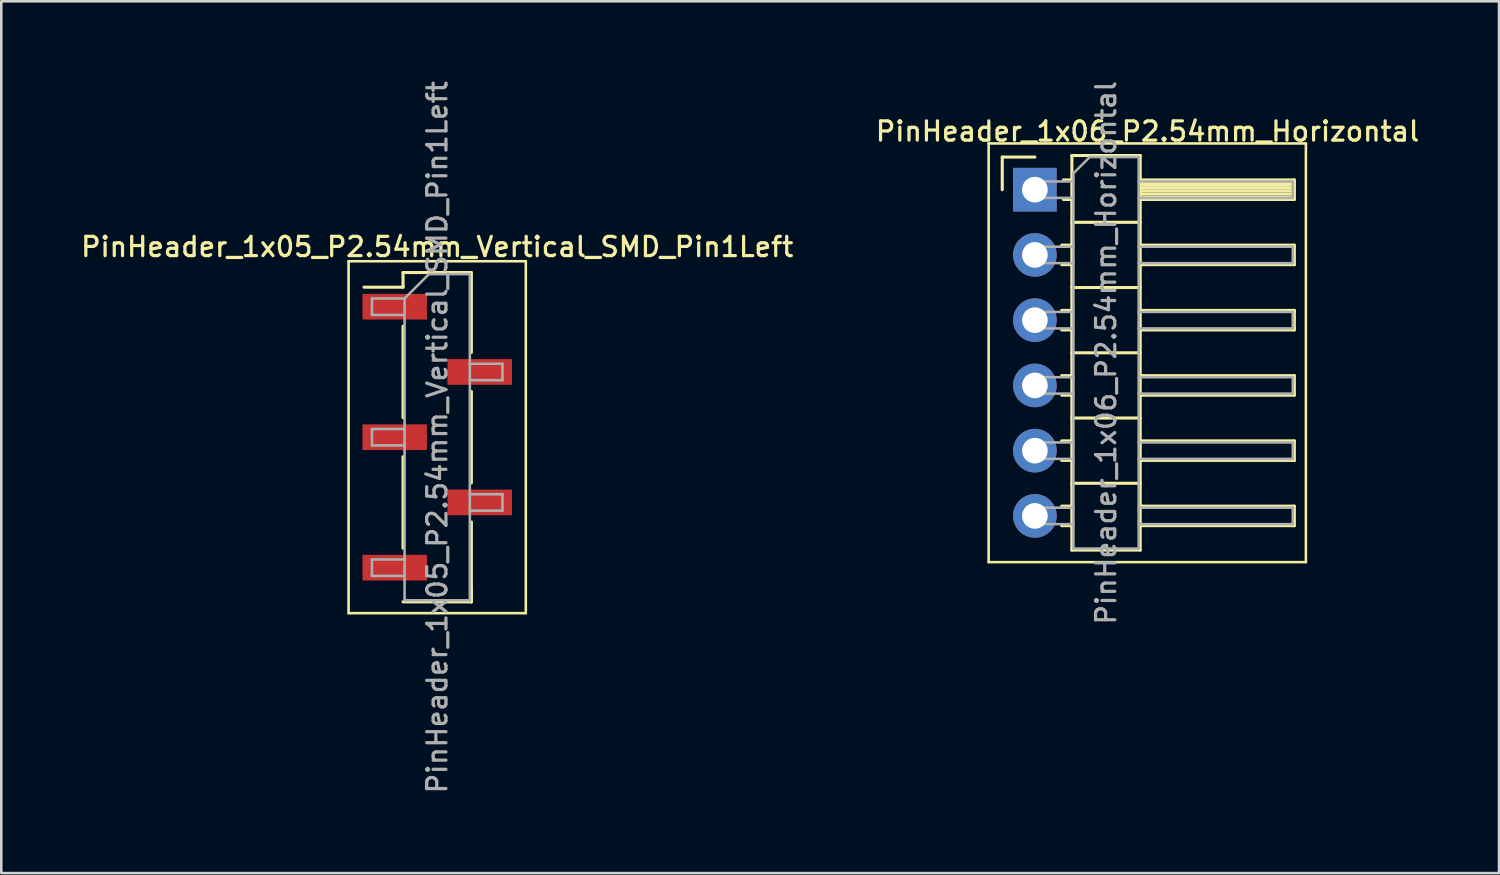
<source format=kicad_pcb>
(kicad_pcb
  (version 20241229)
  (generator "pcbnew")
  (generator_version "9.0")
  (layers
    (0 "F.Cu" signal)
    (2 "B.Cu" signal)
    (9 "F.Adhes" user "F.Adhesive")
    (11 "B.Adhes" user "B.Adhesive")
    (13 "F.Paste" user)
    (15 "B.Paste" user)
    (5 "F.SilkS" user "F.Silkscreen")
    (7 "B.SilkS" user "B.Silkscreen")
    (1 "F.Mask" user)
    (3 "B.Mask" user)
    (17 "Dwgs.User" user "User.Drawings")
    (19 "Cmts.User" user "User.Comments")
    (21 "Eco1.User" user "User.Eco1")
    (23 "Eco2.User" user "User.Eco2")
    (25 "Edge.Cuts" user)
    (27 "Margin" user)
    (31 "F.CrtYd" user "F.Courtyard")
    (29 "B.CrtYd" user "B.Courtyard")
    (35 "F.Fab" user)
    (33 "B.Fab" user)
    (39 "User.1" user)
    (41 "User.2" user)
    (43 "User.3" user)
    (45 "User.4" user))
  (footprint "PinHeader_1x06_P2.54mm_Horizontal"
    (layer "F.Cu")
    (at 37.238 4.334)
    (property "Reference" "PinHeader_1x06_P2.54mm_Horizontal" (at 4.385 -2.27 0) (layer "F.SilkS") (effects (font (size 0.75 0.75) (thickness 0.125))))
    (attr through_hole)
    (fp_line (start -1.8 -1.8) (end -1.8 14.5) (stroke (width 0.1) (type solid)) (layer "F.SilkS"))
    (fp_line (start -1.8 14.5) (end 10.55 14.5) (stroke (width 0.1) (type solid)) (layer "F.SilkS"))
    (fp_line (start -1.27 -1.27) (end 0 -1.27) (stroke (width 0.12) (type solid)) (layer "F.SilkS"))
    (fp_line (start -1.27 0) (end -1.27 -1.27) (stroke (width 0.12) (type solid)) (layer "F.SilkS"))
    (fp_line (start 1.043 2.16) (end 1.44 2.16) (stroke (width 0.12) (type solid)) (layer "F.SilkS"))
    (fp_line (start 1.043 2.92) (end 1.44 2.92) (stroke (width 0.12) (type solid)) (layer "F.SilkS"))
    (fp_line (start 1.043 4.7) (end 1.44 4.7) (stroke (width 0.12) (type solid)) (layer "F.SilkS"))
    (fp_line (start 1.043 5.46) (end 1.44 5.46) (stroke (width 0.12) (type solid)) (layer "F.SilkS"))
    (fp_line (start 1.043 7.24) (end 1.44 7.24) (stroke (width 0.12) (type solid)) (layer "F.SilkS"))
    (fp_line (start 1.043 8) (end 1.44 8) (stroke (width 0.12) (type solid)) (layer "F.SilkS"))
    (fp_line (start 1.043 9.78) (end 1.44 9.78) (stroke (width 0.12) (type solid)) (layer "F.SilkS"))
    (fp_line (start 1.043 10.54) (end 1.44 10.54) (stroke (width 0.12) (type solid)) (layer "F.SilkS"))
    (fp_line (start 1.043 12.32) (end 1.44 12.32) (stroke (width 0.12) (type solid)) (layer "F.SilkS"))
    (fp_line (start 1.043 13.08) (end 1.44 13.08) (stroke (width 0.12) (type solid)) (layer "F.SilkS"))
    (fp_line (start 1.11 -0.38) (end 1.44 -0.38) (stroke (width 0.12) (type solid)) (layer "F.SilkS"))
    (fp_line (start 1.11 0.38) (end 1.44 0.38) (stroke (width 0.12) (type solid)) (layer "F.SilkS"))
    (fp_line (start 1.44 -1.33) (end 1.44 14.03) (stroke (width 0.12) (type solid)) (layer "F.SilkS"))
    (fp_line (start 1.44 1.27) (end 4.1 1.27) (stroke (width 0.12) (type solid)) (layer "F.SilkS"))
    (fp_line (start 1.44 3.81) (end 4.1 3.81) (stroke (width 0.12) (type solid)) (layer "F.SilkS"))
    (fp_line (start 1.44 6.35) (end 4.1 6.35) (stroke (width 0.12) (type solid)) (layer "F.SilkS"))
    (fp_line (start 1.44 8.89) (end 4.1 8.89) (stroke (width 0.12) (type solid)) (layer "F.SilkS"))
    (fp_line (start 1.44 11.43) (end 4.1 11.43) (stroke (width 0.12) (type solid)) (layer "F.SilkS"))
    (fp_line (start 1.44 14.03) (end 4.1 14.03) (stroke (width 0.12) (type solid)) (layer "F.SilkS"))
    (fp_line (start 4.1 -1.33) (end 1.44 -1.33) (stroke (width 0.12) (type solid)) (layer "F.SilkS"))
    (fp_line (start 4.1 -0.38) (end 10.1 -0.38) (stroke (width 0.12) (type solid)) (layer "F.SilkS"))
    (fp_line (start 4.1 -0.32) (end 10.1 -0.32) (stroke (width 0.12) (type solid)) (layer "F.SilkS"))
    (fp_line (start 4.1 -0.2) (end 10.1 -0.2) (stroke (width 0.12) (type solid)) (layer "F.SilkS"))
    (fp_line (start 4.1 -0.08) (end 10.1 -0.08) (stroke (width 0.12) (type solid)) (layer "F.SilkS"))
    (fp_line (start 4.1 0.04) (end 10.1 0.04) (stroke (width 0.12) (type solid)) (layer "F.SilkS"))
    (fp_line (start 4.1 0.16) (end 10.1 0.16) (stroke (width 0.12) (type solid)) (layer "F.SilkS"))
    (fp_line (start 4.1 0.28) (end 10.1 0.28) (stroke (width 0.12) (type solid)) (layer "F.SilkS"))
    (fp_line (start 4.1 2.16) (end 10.1 2.16) (stroke (width 0.12) (type solid)) (layer "F.SilkS"))
    (fp_line (start 4.1 4.7) (end 10.1 4.7) (stroke (width 0.12) (type solid)) (layer "F.SilkS"))
    (fp_line (start 4.1 7.24) (end 10.1 7.24) (stroke (width 0.12) (type solid)) (layer "F.SilkS"))
    (fp_line (start 4.1 9.78) (end 10.1 9.78) (stroke (width 0.12) (type solid)) (layer "F.SilkS"))
    (fp_line (start 4.1 12.32) (end 10.1 12.32) (stroke (width 0.12) (type solid)) (layer "F.SilkS"))
    (fp_line (start 4.1 14.03) (end 4.1 -1.33) (stroke (width 0.12) (type solid)) (layer "F.SilkS"))
    (fp_line (start 10.1 -0.38) (end 10.1 0.38) (stroke (width 0.12) (type solid)) (layer "F.SilkS"))
    (fp_line (start 10.1 0.38) (end 4.1 0.38) (stroke (width 0.12) (type solid)) (layer "F.SilkS"))
    (fp_line (start 10.1 2.16) (end 10.1 2.92) (stroke (width 0.12) (type solid)) (layer "F.SilkS"))
    (fp_line (start 10.1 2.92) (end 4.1 2.92) (stroke (width 0.12) (type solid)) (layer "F.SilkS"))
    (fp_line (start 10.1 4.7) (end 10.1 5.46) (stroke (width 0.12) (type solid)) (layer "F.SilkS"))
    (fp_line (start 10.1 5.46) (end 4.1 5.46) (stroke (width 0.12) (type solid)) (layer "F.SilkS"))
    (fp_line (start 10.1 7.24) (end 10.1 8) (stroke (width 0.12) (type solid)) (layer "F.SilkS"))
    (fp_line (start 10.1 8) (end 4.1 8) (stroke (width 0.12) (type solid)) (layer "F.SilkS"))
    (fp_line (start 10.1 9.78) (end 10.1 10.54) (stroke (width 0.12) (type solid)) (layer "F.SilkS"))
    (fp_line (start 10.1 10.54) (end 4.1 10.54) (stroke (width 0.12) (type solid)) (layer "F.SilkS"))
    (fp_line (start 10.1 12.32) (end 10.1 13.08) (stroke (width 0.12) (type solid)) (layer "F.SilkS"))
    (fp_line (start 10.1 13.08) (end 4.1 13.08) (stroke (width 0.12) (type solid)) (layer "F.SilkS"))
    (fp_line (start 10.55 -1.8) (end -1.8 -1.8) (stroke (width 0.1) (type solid)) (layer "F.SilkS"))
    (fp_line (start 10.55 14.5) (end 10.55 -1.8) (stroke (width 0.1) (type solid)) (layer "F.SilkS"))
    (fp_line (start -0.32 -0.32) (end -0.32 0.32) (stroke (width 0.1) (type solid)) (layer "F.Fab"))
    (fp_line (start -0.32 -0.32) (end 1.5 -0.32) (stroke (width 0.1) (type solid)) (layer "F.Fab"))
    (fp_line (start -0.32 0.32) (end 1.5 0.32) (stroke (width 0.1) (type solid)) (layer "F.Fab"))
    (fp_line (start -0.32 2.22) (end -0.32 2.86) (stroke (width 0.1) (type solid)) (layer "F.Fab"))
    (fp_line (start -0.32 2.22) (end 1.5 2.22) (stroke (width 0.1) (type solid)) (layer "F.Fab"))
    (fp_line (start -0.32 2.86) (end 1.5 2.86) (stroke (width 0.1) (type solid)) (layer "F.Fab"))
    (fp_line (start -0.32 4.76) (end -0.32 5.4) (stroke (width 0.1) (type solid)) (layer "F.Fab"))
    (fp_line (start -0.32 4.76) (end 1.5 4.76) (stroke (width 0.1) (type solid)) (layer "F.Fab"))
    (fp_line (start -0.32 5.4) (end 1.5 5.4) (stroke (width 0.1) (type solid)) (layer "F.Fab"))
    (fp_line (start -0.32 7.3) (end -0.32 7.94) (stroke (width 0.1) (type solid)) (layer "F.Fab"))
    (fp_line (start -0.32 7.3) (end 1.5 7.3) (stroke (width 0.1) (type solid)) (layer "F.Fab"))
    (fp_line (start -0.32 7.94) (end 1.5 7.94) (stroke (width 0.1) (type solid)) (layer "F.Fab"))
    (fp_line (start -0.32 9.84) (end -0.32 10.48) (stroke (width 0.1) (type solid)) (layer "F.Fab"))
    (fp_line (start -0.32 9.84) (end 1.5 9.84) (stroke (width 0.1) (type solid)) (layer "F.Fab"))
    (fp_line (start -0.32 10.48) (end 1.5 10.48) (stroke (width 0.1) (type solid)) (layer "F.Fab"))
    (fp_line (start -0.32 12.38) (end -0.32 13.02) (stroke (width 0.1) (type solid)) (layer "F.Fab"))
    (fp_line (start -0.32 12.38) (end 1.5 12.38) (stroke (width 0.1) (type solid)) (layer "F.Fab"))
    (fp_line (start -0.32 13.02) (end 1.5 13.02) (stroke (width 0.1) (type solid)) (layer "F.Fab"))
    (fp_line (start 1.5 -0.635) (end 2.135 -1.27) (stroke (width 0.1) (type solid)) (layer "F.Fab"))
    (fp_line (start 1.5 13.97) (end 1.5 -0.635) (stroke (width 0.1) (type solid)) (layer "F.Fab"))
    (fp_line (start 2.135 -1.27) (end 4.04 -1.27) (stroke (width 0.1) (type solid)) (layer "F.Fab"))
    (fp_line (start 4.04 -1.27) (end 4.04 13.97) (stroke (width 0.1) (type solid)) (layer "F.Fab"))
    (fp_line (start 4.04 -0.32) (end 10.04 -0.32) (stroke (width 0.1) (type solid)) (layer "F.Fab"))
    (fp_line (start 4.04 0.32) (end 10.04 0.32) (stroke (width 0.1) (type solid)) (layer "F.Fab"))
    (fp_line (start 4.04 2.22) (end 10.04 2.22) (stroke (width 0.1) (type solid)) (layer "F.Fab"))
    (fp_line (start 4.04 2.86) (end 10.04 2.86) (stroke (width 0.1) (type solid)) (layer "F.Fab"))
    (fp_line (start 4.04 4.76) (end 10.04 4.76) (stroke (width 0.1) (type solid)) (layer "F.Fab"))
    (fp_line (start 4.04 5.4) (end 10.04 5.4) (stroke (width 0.1) (type solid)) (layer "F.Fab"))
    (fp_line (start 4.04 7.3) (end 10.04 7.3) (stroke (width 0.1) (type solid)) (layer "F.Fab"))
    (fp_line (start 4.04 7.94) (end 10.04 7.94) (stroke (width 0.1) (type solid)) (layer "F.Fab"))
    (fp_line (start 4.04 9.84) (end 10.04 9.84) (stroke (width 0.1) (type solid)) (layer "F.Fab"))
    (fp_line (start 4.04 10.48) (end 10.04 10.48) (stroke (width 0.1) (type solid)) (layer "F.Fab"))
    (fp_line (start 4.04 12.38) (end 10.04 12.38) (stroke (width 0.1) (type solid)) (layer "F.Fab"))
    (fp_line (start 4.04 13.02) (end 10.04 13.02) (stroke (width 0.1) (type solid)) (layer "F.Fab"))
    (fp_line (start 4.04 13.97) (end 1.5 13.97) (stroke (width 0.1) (type solid)) (layer "F.Fab"))
    (fp_line (start 10.04 -0.32) (end 10.04 0.32) (stroke (width 0.1) (type solid)) (layer "F.Fab"))
    (fp_line (start 10.04 2.22) (end 10.04 2.86) (stroke (width 0.1) (type solid)) (layer "F.Fab"))
    (fp_line (start 10.04 4.76) (end 10.04 5.4) (stroke (width 0.1) (type solid)) (layer "F.Fab"))
    (fp_line (start 10.04 7.3) (end 10.04 7.94) (stroke (width 0.1) (type solid)) (layer "F.Fab"))
    (fp_line (start 10.04 9.84) (end 10.04 10.48) (stroke (width 0.1) (type solid)) (layer "F.Fab"))
    (fp_line (start 10.04 12.38) (end 10.04 13.02) (stroke (width 0.1) (type solid)) (layer "F.Fab"))
    (fp_text user "${REFERENCE}" (at 2.77 6.35 90) (layer "F.Fab") (effects (font (size 0.75 0.75) (thickness 0.125))))
    (pad "1" thru_hole rect (at 0 0) (size 1.7 1.7) (drill 1) (layers "*.Cu" "*.Mask"))
    (pad "2" thru_hole oval (at 0 2.54) (size 1.7 1.7) (drill 1) (layers "*.Cu" "*.Mask"))
    (pad "3" thru_hole oval (at 0 5.08) (size 1.7 1.7) (drill 1) (layers "*.Cu" "*.Mask"))
    (pad "4" thru_hole oval (at 0 7.62) (size 1.7 1.7) (drill 1) (layers "*.Cu" "*.Mask"))
    (pad "5" thru_hole oval (at 0 10.16) (size 1.7 1.7) (drill 1) (layers "*.Cu" "*.Mask"))
    (pad "6" thru_hole oval (at 0 12.7) (size 1.7 1.7) (drill 1) (layers "*.Cu" "*.Mask")))
  (footprint "PinHeader_1x05_P2.54mm_Vertical_SMD_Pin1Left"
    (layer "F.Cu")
    (at 13.97 13.97)
    (property "Reference" "PinHeader_1x05_P2.54mm_Vertical_SMD_Pin1Left" (at 0 -7.41 0) (layer "F.SilkS") (effects (font (size 0.75 0.75) (thickness 0.125))))
    (attr smd)
    (fp_line (start -3.45 -6.85) (end -3.45 6.85) (stroke (width 0.1) (type solid)) (layer "F.SilkS"))
    (fp_line (start -3.45 6.85) (end 3.45 6.85) (stroke (width 0.1) (type solid)) (layer "F.SilkS"))
    (fp_line (start -1.33 -6.41) (end -1.33 -5.84) (stroke (width 0.12) (type solid)) (layer "F.SilkS"))
    (fp_line (start -1.33 -6.41) (end 1.33 -6.41) (stroke (width 0.12) (type solid)) (layer "F.SilkS"))
    (fp_line (start -1.33 -5.84) (end -2.85 -5.84) (stroke (width 0.12) (type solid)) (layer "F.SilkS"))
    (fp_line (start -1.33 -4.32) (end -1.33 -0.76) (stroke (width 0.12) (type solid)) (layer "F.SilkS"))
    (fp_line (start -1.33 0.76) (end -1.33 4.32) (stroke (width 0.12) (type solid)) (layer "F.SilkS"))
    (fp_line (start -1.33 6.41) (end 1.33 6.41) (stroke (width 0.12) (type solid)) (layer "F.SilkS"))
    (fp_line (start 1.33 -6.41) (end 1.33 -3.3) (stroke (width 0.12) (type solid)) (layer "F.SilkS"))
    (fp_line (start 1.33 -1.78) (end 1.33 1.78) (stroke (width 0.12) (type solid)) (layer "F.SilkS"))
    (fp_line (start 1.33 3.3) (end 1.33 6.41) (stroke (width 0.12) (type solid)) (layer "F.SilkS"))
    (fp_line (start 1.33 5.84) (end 1.33 6.41) (stroke (width 0.12) (type solid)) (layer "F.SilkS"))
    (fp_line (start 3.45 -6.85) (end -3.45 -6.85) (stroke (width 0.1) (type solid)) (layer "F.SilkS"))
    (fp_line (start 3.45 6.85) (end 3.45 -6.85) (stroke (width 0.1) (type solid)) (layer "F.SilkS"))
    (fp_line (start -2.54 -5.4) (end -2.54 -4.76) (stroke (width 0.1) (type solid)) (layer "F.Fab"))
    (fp_line (start -2.54 -4.76) (end -1.27 -4.76) (stroke (width 0.1) (type solid)) (layer "F.Fab"))
    (fp_line (start -2.54 -0.32) (end -2.54 0.32) (stroke (width 0.1) (type solid)) (layer "F.Fab"))
    (fp_line (start -2.54 0.32) (end -1.27 0.32) (stroke (width 0.1) (type solid)) (layer "F.Fab"))
    (fp_line (start -2.54 4.76) (end -2.54 5.4) (stroke (width 0.1) (type solid)) (layer "F.Fab"))
    (fp_line (start -2.54 5.4) (end -1.27 5.4) (stroke (width 0.1) (type solid)) (layer "F.Fab"))
    (fp_line (start -1.27 -5.4) (end -2.54 -5.4) (stroke (width 0.1) (type solid)) (layer "F.Fab"))
    (fp_line (start -1.27 -5.4) (end -0.32 -6.35) (stroke (width 0.1) (type solid)) (layer "F.Fab"))
    (fp_line (start -1.27 -0.32) (end -2.54 -0.32) (stroke (width 0.1) (type solid)) (layer "F.Fab"))
    (fp_line (start -1.27 4.76) (end -2.54 4.76) (stroke (width 0.1) (type solid)) (layer "F.Fab"))
    (fp_line (start -1.27 6.35) (end -1.27 -5.4) (stroke (width 0.1) (type solid)) (layer "F.Fab"))
    (fp_line (start -0.32 -6.35) (end 1.27 -6.35) (stroke (width 0.1) (type solid)) (layer "F.Fab"))
    (fp_line (start 1.27 -6.35) (end 1.27 6.35) (stroke (width 0.1) (type solid)) (layer "F.Fab"))
    (fp_line (start 1.27 -2.86) (end 2.54 -2.86) (stroke (width 0.1) (type solid)) (layer "F.Fab"))
    (fp_line (start 1.27 2.22) (end 2.54 2.22) (stroke (width 0.1) (type solid)) (layer "F.Fab"))
    (fp_line (start 1.27 6.35) (end -1.27 6.35) (stroke (width 0.1) (type solid)) (layer "F.Fab"))
    (fp_line (start 2.54 -2.86) (end 2.54 -2.22) (stroke (width 0.1) (type solid)) (layer "F.Fab"))
    (fp_line (start 2.54 -2.22) (end 1.27 -2.22) (stroke (width 0.1) (type solid)) (layer "F.Fab"))
    (fp_line (start 2.54 2.22) (end 2.54 2.86) (stroke (width 0.1) (type solid)) (layer "F.Fab"))
    (fp_line (start 2.54 2.86) (end 1.27 2.86) (stroke (width 0.1) (type solid)) (layer "F.Fab"))
    (fp_text user "${REFERENCE}" (at 0 0 90) (layer "F.Fab") (effects (font (size 0.75 0.75) (thickness 0.125))))
    (pad "1" smd rect (at -1.655 -5.08) (size 2.51 1) (layers "F.Cu" "F.Mask" "F.Paste"))
    (pad "2" smd rect (at 1.655 -2.54) (size 2.51 1) (layers "F.Cu" "F.Mask" "F.Paste"))
    (pad "3" smd rect (at -1.655 0) (size 2.51 1) (layers "F.Cu" "F.Mask" "F.Paste"))
    (pad "4" smd rect (at 1.655 2.54) (size 2.51 1) (layers "F.Cu" "F.Mask" "F.Paste"))
    (pad "5" smd rect (at -1.655 5.08) (size 2.51 1) (layers "F.Cu" "F.Mask" "F.Paste")))
  (gr_rect
    (start -3 -3)
    (end 55.307 30.939)
    (stroke (width 0.1) (type default))
    (fill no)
    (layer "Edge.Cuts")))
</source>
